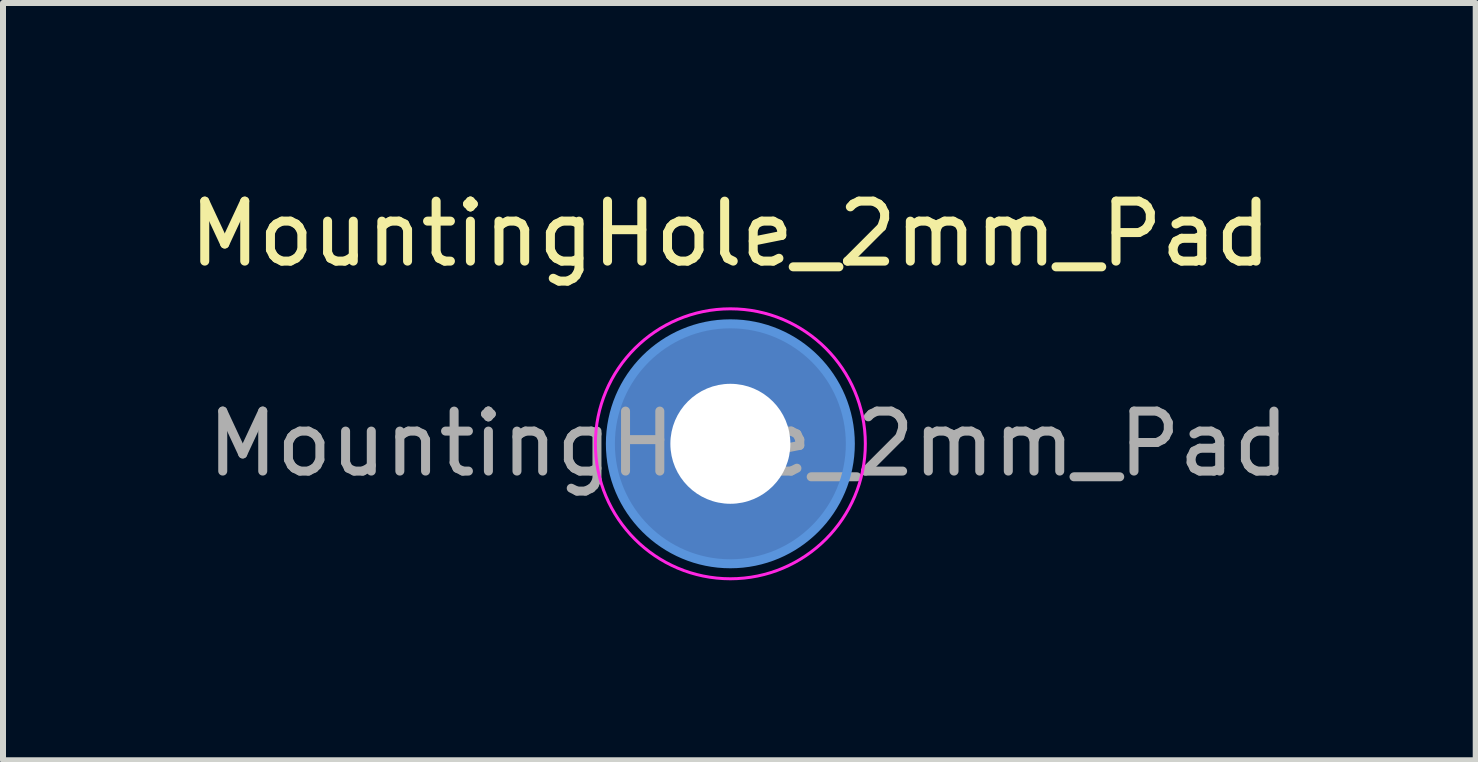
<source format=kicad_pcb>
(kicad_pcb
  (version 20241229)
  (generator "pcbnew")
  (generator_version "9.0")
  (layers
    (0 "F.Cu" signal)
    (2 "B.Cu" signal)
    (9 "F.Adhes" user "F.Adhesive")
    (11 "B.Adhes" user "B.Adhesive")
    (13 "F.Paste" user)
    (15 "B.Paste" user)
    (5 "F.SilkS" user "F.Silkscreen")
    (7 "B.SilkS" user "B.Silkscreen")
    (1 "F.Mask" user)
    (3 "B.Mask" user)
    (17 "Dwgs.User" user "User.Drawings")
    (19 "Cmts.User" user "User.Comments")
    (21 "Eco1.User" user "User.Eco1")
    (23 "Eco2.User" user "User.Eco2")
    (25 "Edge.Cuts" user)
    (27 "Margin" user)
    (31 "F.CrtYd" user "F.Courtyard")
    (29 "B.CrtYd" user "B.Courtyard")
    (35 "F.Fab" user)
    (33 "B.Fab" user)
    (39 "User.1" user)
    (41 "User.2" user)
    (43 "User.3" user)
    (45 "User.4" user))
  (footprint "MountingHole_2mm_Pad"
    (layer "F.Cu")
    (at 9.125 4.348)
    (property "Reference" "MountingHole_2mm_Pad" (at 0 -3.5 0) (layer "F.SilkS") (effects (font (size 1 1) (thickness 0.15))))
    (attr exclude_from_pos_files exclude_from_bom)
    (fp_circle (center 0 0) (end 2 0) (stroke (width 0.15) (type solid)) (fill no) (layer "Cmts.User"))
    (fp_circle (center 0 0) (end 2.25 0) (stroke (width 0.05) (type solid)) (fill no) (layer "F.CrtYd"))
    (fp_text user "${REFERENCE}" (at 0.3 0 0) (layer "F.Fab") (effects (font (size 1 1) (thickness 0.15))))
    (pad "1" thru_hole circle (at 0 0) (size 4 4) (drill 2) (layers "*.Cu" "*.Mask")))
  (gr_rect
    (start -3 -3)
    (end 21.55 9.623)
    (stroke (width 0.1) (type default))
    (fill no)
    (layer "Edge.Cuts")))
</source>
